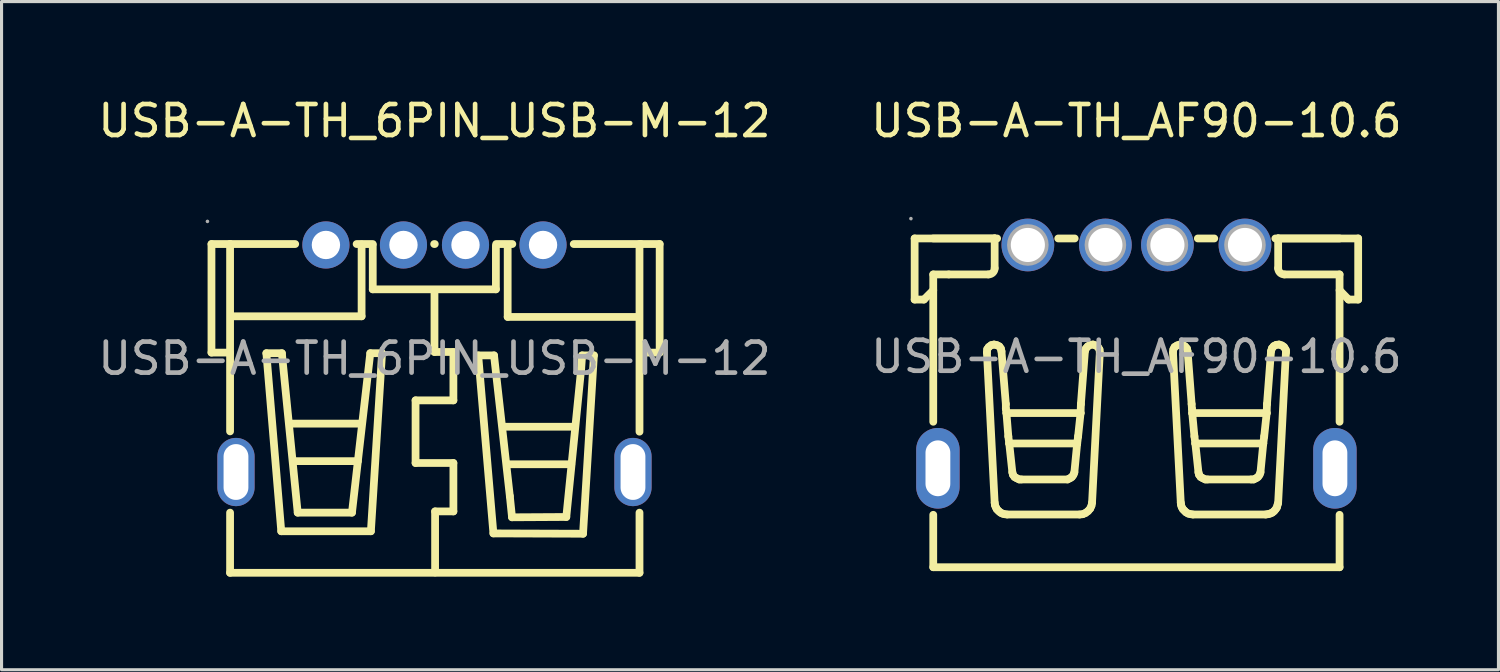
<source format=kicad_pcb>
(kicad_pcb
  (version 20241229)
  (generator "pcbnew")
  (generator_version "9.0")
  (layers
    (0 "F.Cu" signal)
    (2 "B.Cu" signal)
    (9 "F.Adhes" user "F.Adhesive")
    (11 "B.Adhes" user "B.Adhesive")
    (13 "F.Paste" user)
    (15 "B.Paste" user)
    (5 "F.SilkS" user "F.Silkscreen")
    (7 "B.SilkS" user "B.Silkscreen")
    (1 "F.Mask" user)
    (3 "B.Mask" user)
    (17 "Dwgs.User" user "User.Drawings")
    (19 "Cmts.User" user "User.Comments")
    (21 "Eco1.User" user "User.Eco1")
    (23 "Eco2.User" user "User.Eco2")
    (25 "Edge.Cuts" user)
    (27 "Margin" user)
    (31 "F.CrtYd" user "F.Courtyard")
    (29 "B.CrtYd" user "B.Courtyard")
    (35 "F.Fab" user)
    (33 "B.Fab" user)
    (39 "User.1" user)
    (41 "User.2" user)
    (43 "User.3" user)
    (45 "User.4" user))
  (footprint "USB-A-TH_AF90-10.6"
    (layer "F.Cu")
    (at 33.589 8.448)
    (property "Reference" "USB-A-TH_AF90-10.6" (at 0 -7.6 0) (layer "F.SilkS") (effects (font (size 1 1) (thickness 0.15))))
    (attr through_hole)
    (fp_line (start -7.15 -3.81) (end -4.57 -3.81) (stroke (width 0.25) (type solid)) (layer "F.SilkS"))
    (fp_line (start -7.15 -1.84) (end -7.15 -3.81) (stroke (width 0.25) (type solid)) (layer "F.SilkS"))
    (fp_line (start -6.85 -1.84) (end -7.15 -1.84) (stroke (width 0.25) (type solid)) (layer "F.SilkS"))
    (fp_line (start -6.55 -2.65) (end -6.55 2.1) (stroke (width 0.25) (type solid)) (layer "F.SilkS"))
    (fp_line (start -6.55 -2.65) (end -6.05 -2.65) (stroke (width 0.25) (type solid)) (layer "F.SilkS"))
    (fp_line (start -6.55 -2.14) (end -6.85 -1.84) (stroke (width 0.25) (type solid)) (layer "F.SilkS"))
    (fp_line (start -6.55 5.1) (end -6.55 6.79) (stroke (width 0.25) (type solid)) (layer "F.SilkS"))
    (fp_line (start -4.82 -0.13) (end -4.57 4.71) (stroke (width 0.25) (type solid)) (layer "F.SilkS"))
    (fp_line (start -4.81 -0.24) (end -4.82 -0.14) (stroke (width 0.25) (type solid)) (layer "F.SilkS"))
    (fp_line (start -4.77 -2.65) (end -6.05 -2.65) (stroke (width 0.25) (type solid)) (layer "F.SilkS"))
    (fp_line (start -4.76 -0.31) (end -4.81 -0.24) (stroke (width 0.25) (type solid)) (layer "F.SilkS"))
    (fp_line (start -4.68 -0.37) (end -4.76 -0.31) (stroke (width 0.25) (type solid)) (layer "F.SilkS"))
    (fp_line (start -4.59 -0.39) (end -4.68 -0.37) (stroke (width 0.25) (type solid)) (layer "F.SilkS"))
    (fp_line (start -4.57 -3.81) (end -6.55 -3.81) (stroke (width 0.25) (type solid)) (layer "F.SilkS"))
    (fp_line (start -4.57 -3.81) (end -4.57 -2.85) (stroke (width 0.25) (type solid)) (layer "F.SilkS"))
    (fp_line (start -4.57 4.71) (end -4.56 4.79) (stroke (width 0.25) (type solid)) (layer "F.SilkS"))
    (fp_line (start -4.56 4.79) (end -4.53 4.86) (stroke (width 0.25) (type solid)) (layer "F.SilkS"))
    (fp_line (start -4.53 4.86) (end -4.5 4.92) (stroke (width 0.25) (type solid)) (layer "F.SilkS"))
    (fp_line (start -4.5 -0.37) (end -4.59 -0.39) (stroke (width 0.25) (type solid)) (layer "F.SilkS"))
    (fp_line (start -4.5 4.92) (end -4.44 4.98) (stroke (width 0.25) (type solid)) (layer "F.SilkS"))
    (fp_line (start -4.49 -3.81) (end -4.57 -3.81) (stroke (width 0.25) (type solid)) (layer "F.SilkS"))
    (fp_line (start -4.44 4.98) (end -4.38 5.03) (stroke (width 0.25) (type solid)) (layer "F.SilkS"))
    (fp_line (start -4.42 -0.33) (end -4.5 -0.37) (stroke (width 0.25) (type solid)) (layer "F.SilkS"))
    (fp_line (start -4.38 5.03) (end -4.32 5.06) (stroke (width 0.25) (type solid)) (layer "F.SilkS"))
    (fp_line (start -4.37 -0.26) (end -4.42 -0.33) (stroke (width 0.25) (type solid)) (layer "F.SilkS"))
    (fp_line (start -4.35 -0.17) (end -4.37 -0.26) (stroke (width 0.25) (type solid)) (layer "F.SilkS"))
    (fp_line (start -4.32 5.06) (end -4.25 5.08) (stroke (width 0.25) (type solid)) (layer "F.SilkS"))
    (fp_line (start -4.25 5.08) (end -4.17 5.09) (stroke (width 0.25) (type solid)) (layer "F.SilkS"))
    (fp_line (start -4.21 1.53) (end -4.35 -0.17) (stroke (width 0.25) (type solid)) (layer "F.SilkS"))
    (fp_line (start -4.21 1.68) (end -4.21 1.53) (stroke (width 0.25) (type solid)) (layer "F.SilkS"))
    (fp_line (start -4.19 1.82) (end -4.21 1.68) (stroke (width 0.25) (type solid)) (layer "F.SilkS"))
    (fp_line (start -4.17 5.09) (end -1.83 5.09) (stroke (width 0.25) (type solid)) (layer "F.SilkS"))
    (fp_line (start -4.13 2.57) (end -4.19 1.82) (stroke (width 0.25) (type solid)) (layer "F.SilkS"))
    (fp_line (start -4.1 2.8) (end -4.13 2.57) (stroke (width 0.25) (type solid)) (layer "F.SilkS"))
    (fp_line (start -4.1 2.8) (end -4 3.73) (stroke (width 0.25) (type solid)) (layer "F.SilkS"))
    (fp_line (start -4 3.73) (end -3.98 3.81) (stroke (width 0.25) (type solid)) (layer "F.SilkS"))
    (fp_line (start -3.98 3.81) (end -3.93 3.88) (stroke (width 0.25) (type solid)) (layer "F.SilkS"))
    (fp_line (start -3.93 3.88) (end -3.86 3.92) (stroke (width 0.25) (type solid)) (layer "F.SilkS"))
    (fp_line (start -3.86 3.92) (end -3.78 3.96) (stroke (width 0.25) (type solid)) (layer "F.SilkS"))
    (fp_line (start -3.78 3.96) (end -3.71 3.96) (stroke (width 0.25) (type solid)) (layer "F.SilkS"))
    (fp_line (start -3.71 3.96) (end -2.22 3.96) (stroke (width 0.25) (type solid)) (layer "F.SilkS"))
    (fp_line (start -2.22 3.96) (end -2.14 3.92) (stroke (width 0.25) (type solid)) (layer "F.SilkS"))
    (fp_line (start -2.14 3.92) (end -2.08 3.88) (stroke (width 0.25) (type solid)) (layer "F.SilkS"))
    (fp_line (start -2.08 3.88) (end -2.03 3.81) (stroke (width 0.25) (type solid)) (layer "F.SilkS"))
    (fp_line (start -2.03 3.81) (end -2 3.73) (stroke (width 0.25) (type solid)) (layer "F.SilkS"))
    (fp_line (start -2 3.73) (end -1.91 2.8) (stroke (width 0.25) (type solid)) (layer "F.SilkS"))
    (fp_line (start -1.99 -3.81) (end -2.52 -3.81) (stroke (width 0.25) (type solid)) (layer "F.SilkS"))
    (fp_line (start -1.91 2.8) (end -4.1 2.8) (stroke (width 0.25) (type solid)) (layer "F.SilkS"))
    (fp_line (start -1.88 2.57) (end -1.91 2.8) (stroke (width 0.25) (type solid)) (layer "F.SilkS"))
    (fp_line (start -1.83 5.09) (end -1.73 5.08) (stroke (width 0.25) (type solid)) (layer "F.SilkS"))
    (fp_line (start -1.8 1.82) (end -4.19 1.82) (stroke (width 0.25) (type solid)) (layer "F.SilkS"))
    (fp_line (start -1.8 1.82) (end -1.88 2.57) (stroke (width 0.25) (type solid)) (layer "F.SilkS"))
    (fp_line (start -1.79 1.53) (end -1.8 1.82) (stroke (width 0.25) (type solid)) (layer "F.SilkS"))
    (fp_line (start -1.73 5.08) (end -1.64 5.04) (stroke (width 0.25) (type solid)) (layer "F.SilkS"))
    (fp_line (start -1.66 -0.17) (end -1.79 1.53) (stroke (width 0.25) (type solid)) (layer "F.SilkS"))
    (fp_line (start -1.64 5.04) (end -1.56 4.98) (stroke (width 0.25) (type solid)) (layer "F.SilkS"))
    (fp_line (start -1.63 -0.26) (end -1.66 -0.18) (stroke (width 0.25) (type solid)) (layer "F.SilkS"))
    (fp_line (start -1.57 -0.33) (end -1.63 -0.26) (stroke (width 0.25) (type solid)) (layer "F.SilkS"))
    (fp_line (start -1.56 4.98) (end -1.49 4.9) (stroke (width 0.25) (type solid)) (layer "F.SilkS"))
    (fp_line (start -1.49 -0.38) (end -1.57 -0.33) (stroke (width 0.25) (type solid)) (layer "F.SilkS"))
    (fp_line (start -1.49 4.9) (end -1.45 4.81) (stroke (width 0.25) (type solid)) (layer "F.SilkS"))
    (fp_line (start -1.45 4.81) (end -1.43 4.71) (stroke (width 0.25) (type solid)) (layer "F.SilkS"))
    (fp_line (start -1.43 4.71) (end -1.18 -0.13) (stroke (width 0.25) (type solid)) (layer "F.SilkS"))
    (fp_line (start -1.4 -0.39) (end -1.49 -0.38) (stroke (width 0.25) (type solid)) (layer "F.SilkS"))
    (fp_line (start -1.31 -0.36) (end -1.4 -0.39) (stroke (width 0.25) (type solid)) (layer "F.SilkS"))
    (fp_line (start -1.24 -0.31) (end -1.31 -0.36) (stroke (width 0.25) (type solid)) (layer "F.SilkS"))
    (fp_line (start -1.19 -0.23) (end -1.24 -0.31) (stroke (width 0.25) (type solid)) (layer "F.SilkS"))
    (fp_line (start -1.18 -0.13) (end -1.19 -0.23) (stroke (width 0.25) (type solid)) (layer "F.SilkS"))
    (fp_line (start 1.18 -0.13) (end 1.43 4.71) (stroke (width 0.25) (type solid)) (layer "F.SilkS"))
    (fp_line (start 1.19 -0.23) (end 1.18 -0.14) (stroke (width 0.25) (type solid)) (layer "F.SilkS"))
    (fp_line (start 1.23 -0.31) (end 1.19 -0.23) (stroke (width 0.25) (type solid)) (layer "F.SilkS"))
    (fp_line (start 1.31 -0.36) (end 1.23 -0.31) (stroke (width 0.25) (type solid)) (layer "F.SilkS"))
    (fp_line (start 1.4 -0.39) (end 1.31 -0.36) (stroke (width 0.25) (type solid)) (layer "F.SilkS"))
    (fp_line (start 1.43 4.71) (end 1.44 4.78) (stroke (width 0.25) (type solid)) (layer "F.SilkS"))
    (fp_line (start 1.44 4.78) (end 1.46 4.85) (stroke (width 0.25) (type solid)) (layer "F.SilkS"))
    (fp_line (start 1.46 4.85) (end 1.5 4.92) (stroke (width 0.25) (type solid)) (layer "F.SilkS"))
    (fp_line (start 1.49 -0.38) (end 1.4 -0.39) (stroke (width 0.25) (type solid)) (layer "F.SilkS"))
    (fp_line (start 1.5 4.92) (end 1.55 4.97) (stroke (width 0.25) (type solid)) (layer "F.SilkS"))
    (fp_line (start 1.55 4.97) (end 1.6 5.02) (stroke (width 0.25) (type solid)) (layer "F.SilkS"))
    (fp_line (start 1.57 -0.33) (end 1.49 -0.38) (stroke (width 0.25) (type solid)) (layer "F.SilkS"))
    (fp_line (start 1.6 5.02) (end 1.67 5.06) (stroke (width 0.25) (type solid)) (layer "F.SilkS"))
    (fp_line (start 1.63 -0.26) (end 1.57 -0.33) (stroke (width 0.25) (type solid)) (layer "F.SilkS"))
    (fp_line (start 1.65 -0.17) (end 1.63 -0.26) (stroke (width 0.25) (type solid)) (layer "F.SilkS"))
    (fp_line (start 1.67 5.06) (end 1.75 5.08) (stroke (width 0.25) (type solid)) (layer "F.SilkS"))
    (fp_line (start 1.75 5.08) (end 1.82 5.09) (stroke (width 0.25) (type solid)) (layer "F.SilkS"))
    (fp_line (start 1.78 1.53) (end 1.65 -0.17) (stroke (width 0.25) (type solid)) (layer "F.SilkS"))
    (fp_line (start 1.79 1.68) (end 1.78 1.53) (stroke (width 0.25) (type solid)) (layer "F.SilkS"))
    (fp_line (start 1.8 1.82) (end 1.79 1.68) (stroke (width 0.25) (type solid)) (layer "F.SilkS"))
    (fp_line (start 1.8 1.82) (end 1.87 2.57) (stroke (width 0.25) (type solid)) (layer "F.SilkS"))
    (fp_line (start 1.8 1.82) (end 4.2 1.82) (stroke (width 0.25) (type solid)) (layer "F.SilkS"))
    (fp_line (start 1.82 5.09) (end 4.17 5.09) (stroke (width 0.25) (type solid)) (layer "F.SilkS"))
    (fp_line (start 1.9 2.8) (end 1.87 2.57) (stroke (width 0.25) (type solid)) (layer "F.SilkS"))
    (fp_line (start 1.9 2.8) (end 2 3.73) (stroke (width 0.25) (type solid)) (layer "F.SilkS"))
    (fp_line (start 2 3.73) (end 2.02 3.81) (stroke (width 0.25) (type solid)) (layer "F.SilkS"))
    (fp_line (start 2.02 3.81) (end 2.07 3.88) (stroke (width 0.25) (type solid)) (layer "F.SilkS"))
    (fp_line (start 2.07 3.88) (end 2.14 3.92) (stroke (width 0.25) (type solid)) (layer "F.SilkS"))
    (fp_line (start 2.14 3.92) (end 2.22 3.96) (stroke (width 0.25) (type solid)) (layer "F.SilkS"))
    (fp_line (start 2.22 3.96) (end 2.29 3.96) (stroke (width 0.25) (type solid)) (layer "F.SilkS"))
    (fp_line (start 2.29 3.96) (end 3.7 3.96) (stroke (width 0.25) (type solid)) (layer "F.SilkS"))
    (fp_line (start 2.51 -3.81) (end 1.98 -3.81) (stroke (width 0.25) (type solid)) (layer "F.SilkS"))
    (fp_line (start 3.7 3.96) (end 3.78 3.96) (stroke (width 0.25) (type solid)) (layer "F.SilkS"))
    (fp_line (start 3.78 3.96) (end 3.86 3.92) (stroke (width 0.25) (type solid)) (layer "F.SilkS"))
    (fp_line (start 3.86 3.92) (end 3.92 3.88) (stroke (width 0.25) (type solid)) (layer "F.SilkS"))
    (fp_line (start 3.92 3.88) (end 3.97 3.81) (stroke (width 0.25) (type solid)) (layer "F.SilkS"))
    (fp_line (start 3.97 3.81) (end 4 3.73) (stroke (width 0.25) (type solid)) (layer "F.SilkS"))
    (fp_line (start 4.09 2.8) (end 1.9 2.8) (stroke (width 0.25) (type solid)) (layer "F.SilkS"))
    (fp_line (start 4.09 2.8) (end 4 3.73) (stroke (width 0.25) (type solid)) (layer "F.SilkS"))
    (fp_line (start 4.12 2.57) (end 4.09 2.8) (stroke (width 0.25) (type solid)) (layer "F.SilkS"))
    (fp_line (start 4.17 5.09) (end 4.24 5.08) (stroke (width 0.25) (type solid)) (layer "F.SilkS"))
    (fp_line (start 4.2 1.82) (end 4.12 2.57) (stroke (width 0.25) (type solid)) (layer "F.SilkS"))
    (fp_line (start 4.21 1.53) (end 4.2 1.82) (stroke (width 0.25) (type solid)) (layer "F.SilkS"))
    (fp_line (start 4.24 5.08) (end 4.31 5.06) (stroke (width 0.25) (type solid)) (layer "F.SilkS"))
    (fp_line (start 4.31 5.06) (end 4.38 5.03) (stroke (width 0.25) (type solid)) (layer "F.SilkS"))
    (fp_line (start 4.34 -0.17) (end 4.21 1.53) (stroke (width 0.25) (type solid)) (layer "F.SilkS"))
    (fp_line (start 4.37 -0.27) (end 4.34 -0.18) (stroke (width 0.25) (type solid)) (layer "F.SilkS"))
    (fp_line (start 4.38 5.03) (end 4.44 4.98) (stroke (width 0.25) (type solid)) (layer "F.SilkS"))
    (fp_line (start 4.43 -0.34) (end 4.37 -0.27) (stroke (width 0.25) (type solid)) (layer "F.SilkS"))
    (fp_line (start 4.44 4.98) (end 4.49 4.92) (stroke (width 0.25) (type solid)) (layer "F.SilkS"))
    (fp_line (start 4.49 4.92) (end 4.53 4.86) (stroke (width 0.25) (type solid)) (layer "F.SilkS"))
    (fp_line (start 4.51 -0.38) (end 4.43 -0.34) (stroke (width 0.25) (type solid)) (layer "F.SilkS"))
    (fp_line (start 4.53 4.86) (end 4.55 4.78) (stroke (width 0.25) (type solid)) (layer "F.SilkS"))
    (fp_line (start 4.55 4.78) (end 4.57 4.72) (stroke (width 0.25) (type solid)) (layer "F.SilkS"))
    (fp_line (start 4.57 -3.81) (end 4.48 -3.81) (stroke (width 0.25) (type solid)) (layer "F.SilkS"))
    (fp_line (start 4.57 -2.85) (end 4.57 -3.81) (stroke (width 0.25) (type solid)) (layer "F.SilkS"))
    (fp_line (start 4.57 4.71) (end 4.82 -0.13) (stroke (width 0.25) (type solid)) (layer "F.SilkS"))
    (fp_line (start 4.6 -0.39) (end 4.51 -0.38) (stroke (width 0.25) (type solid)) (layer "F.SilkS"))
    (fp_line (start 4.69 -0.36) (end 4.6 -0.39) (stroke (width 0.25) (type solid)) (layer "F.SilkS"))
    (fp_line (start 4.76 -0.31) (end 4.69 -0.36) (stroke (width 0.25) (type solid)) (layer "F.SilkS"))
    (fp_line (start 4.81 -0.23) (end 4.76 -0.31) (stroke (width 0.25) (type solid)) (layer "F.SilkS"))
    (fp_line (start 4.82 -0.19) (end 4.81 -0.23) (stroke (width 0.25) (type solid)) (layer "F.SilkS"))
    (fp_line (start 4.82 -0.13) (end 4.82 -0.19) (stroke (width 0.25) (type solid)) (layer "F.SilkS"))
    (fp_line (start 6.55 -3.81) (end 4.57 -3.81) (stroke (width 0.25) (type solid)) (layer "F.SilkS"))
    (fp_line (start 6.55 -2.65) (end 4.77 -2.65) (stroke (width 0.25) (type solid)) (layer "F.SilkS"))
    (fp_line (start 6.55 -2.65) (end 6.55 2.1) (stroke (width 0.25) (type solid)) (layer "F.SilkS"))
    (fp_line (start 6.55 5.1) (end 6.55 6.79) (stroke (width 0.25) (type solid)) (layer "F.SilkS"))
    (fp_line (start 6.55 6.79) (end -6.55 6.79) (stroke (width 0.25) (type solid)) (layer "F.SilkS"))
    (fp_line (start 6.84 -1.84) (end 6.55 -2.14) (stroke (width 0.25) (type solid)) (layer "F.SilkS"))
    (fp_line (start 7.15 -3.81) (end 4.57 -3.81) (stroke (width 0.25) (type solid)) (layer "F.SilkS"))
    (fp_line (start 7.15 -3.81) (end 7.15 -1.84) (stroke (width 0.25) (type solid)) (layer "F.SilkS"))
    (fp_line (start 7.15 -1.84) (end 6.84 -1.84) (stroke (width 0.25) (type solid)) (layer "F.SilkS"))
    (fp_arc (start -4.57 -2.85) (mid -4.628579 -2.708579) (end -4.77 -2.65) (stroke (width 0.25) (type solid)) (layer "F.SilkS"))
    (fp_arc (start 4.77 -2.65) (mid 4.628579 -2.708579) (end 4.57 -2.85) (stroke (width 0.25) (type solid)) (layer "F.SilkS"))
    (fp_circle (center -7.27 -4.45) (end -7.24 -4.45) (stroke (width 0.06) (type solid)) (fill no) (layer "F.Fab"))
    (fp_circle (center -3.5 -3.6) (end -3.28 -3.6) (stroke (width 0.45) (type solid)) (fill no) (layer "F.Fab"))
    (fp_circle (center -1 -3.6) (end -0.78 -3.6) (stroke (width 0.45) (type solid)) (fill no) (layer "F.Fab"))
    (fp_circle (center 1 -3.6) (end 1.22 -3.6) (stroke (width 0.45) (type solid)) (fill no) (layer "F.Fab"))
    (fp_circle (center 3.5 -3.6) (end 3.72 -3.6) (stroke (width 0.45) (type solid)) (fill no) (layer "F.Fab"))
    (fp_text user "${REFERENCE}" (at 0 0 0) (layer "F.Fab") (effects (font (size 1 1) (thickness 0.15))))
    (pad "1" thru_hole circle (at -3.5 -3.6) (size 1.7 1.7) (drill 1.1) (layers "*.Cu" "*.Paste" "*.Mask"))
    (pad "2" thru_hole circle (at -1 -3.6) (size 1.7 1.7) (drill 1.1) (layers "*.Cu" "*.Paste" "*.Mask"))
    (pad "3" thru_hole circle (at 1 -3.6) (size 1.7 1.7) (drill 1.1) (layers "*.Cu" "*.Paste" "*.Mask"))
    (pad "4" thru_hole circle (at 3.5 -3.6) (size 1.7 1.7) (drill 1.1) (layers "*.Cu" "*.Paste" "*.Mask"))
    (pad "SH1" thru_hole oval (at -6.4 3.6 270) (size 2.6 1.4) (drill oval 1.8 0.8) (layers "*.Cu" "*.Paste" "*.Mask"))
    (pad "SH2" thru_hole oval (at 6.4 3.6 90) (size 2.6 1.4) (drill oval 1.8 0.8) (layers "*.Cu" "*.Paste" "*.Mask")))
  (footprint "USB-A-TH_6PIN_USB-M-12"
    (layer "F.Cu")
    (at 10.958 8.508)
    (property "Reference" "USB-A-TH_6PIN_USB-M-12" (at 0 -7.66 0) (layer "F.SilkS") (effects (font (size 1 1) (thickness 0.15))))
    (attr through_hole)
    (fp_line (start -7.19 -0.19) (end -7.19 -3.69) (stroke (width 0.25) (type solid)) (layer "F.SilkS"))
    (fp_line (start -6.59 -3.69) (end -7.19 -3.69) (stroke (width 0.25) (type solid)) (layer "F.SilkS"))
    (fp_line (start -6.59 -3.69) (end -4.49 -3.69) (stroke (width 0.25) (type solid)) (layer "F.SilkS"))
    (fp_line (start -6.59 -0.19) (end -7.19 -0.19) (stroke (width 0.25) (type solid)) (layer "F.SilkS"))
    (fp_line (start -6.59 2.35) (end -6.59 -3.69) (stroke (width 0.25) (type solid)) (layer "F.SilkS"))
    (fp_line (start -6.59 6.91) (end -6.59 4.97) (stroke (width 0.25) (type solid)) (layer "F.SilkS"))
    (fp_line (start -6.59 6.91) (end 6.61 6.91) (stroke (width 0.25) (type solid)) (layer "F.SilkS"))
    (fp_line (start -5.42 -0.17) (end -4.92 -0.17) (stroke (width 0.25) (type solid)) (layer "F.SilkS"))
    (fp_line (start -4.94 5.57) (end -5.42 -0.17) (stroke (width 0.25) (type solid)) (layer "F.SilkS"))
    (fp_line (start -4.92 -0.17) (end -4.41 4.97) (stroke (width 0.25) (type solid)) (layer "F.SilkS"))
    (fp_line (start -4.64 2.1) (end -2.38 2.1) (stroke (width 0.25) (type solid)) (layer "F.SilkS"))
    (fp_line (start -4.5 3.31) (end -2.47 3.31) (stroke (width 0.25) (type solid)) (layer "F.SilkS"))
    (fp_line (start -4.41 4.97) (end -2.66 4.97) (stroke (width 0.25) (type solid)) (layer "F.SilkS"))
    (fp_line (start -2.66 4.97) (end -2.07 -0.17) (stroke (width 0.25) (type solid)) (layer "F.SilkS"))
    (fp_line (start -2.51 -3.69) (end -1.99 -3.69) (stroke (width 0.25) (type solid)) (layer "F.SilkS"))
    (fp_line (start -2.35 -3.68) (end -2.35 -1.36) (stroke (width 0.25) (type solid)) (layer "F.SilkS"))
    (fp_line (start -2.35 -1.36) (end -6.55 -1.36) (stroke (width 0.25) (type solid)) (layer "F.SilkS"))
    (fp_line (start -2.07 -0.17) (end -1.69 -0.17) (stroke (width 0.25) (type solid)) (layer "F.SilkS"))
    (fp_line (start -2.05 5.57) (end -4.94 5.57) (stroke (width 0.25) (type solid)) (layer "F.SilkS"))
    (fp_line (start -1.99 -2.23) (end -1.99 -3.66) (stroke (width 0.25) (type solid)) (layer "F.SilkS"))
    (fp_line (start -1.69 -0.17) (end -2.05 5.57) (stroke (width 0.25) (type solid)) (layer "F.SilkS"))
    (fp_line (start -0.61 1.35) (end -0.61 3.37) (stroke (width 0.25) (type solid)) (layer "F.SilkS"))
    (fp_line (start -0.61 3.37) (end 0.61 3.37) (stroke (width 0.25) (type solid)) (layer "F.SilkS"))
    (fp_line (start -0.01 -3.69) (end 0.01 -3.69) (stroke (width 0.25) (type solid)) (layer "F.SilkS"))
    (fp_line (start 0 -2.21) (end 0 -0.21) (stroke (width 0.25) (type solid)) (layer "F.SilkS"))
    (fp_line (start 0 -0.21) (end 0.61 -0.21) (stroke (width 0.25) (type solid)) (layer "F.SilkS"))
    (fp_line (start 0.02 4.93) (end 0.02 6.9) (stroke (width 0.25) (type solid)) (layer "F.SilkS"))
    (fp_line (start 0.61 -0.21) (end 0.61 1.35) (stroke (width 0.25) (type solid)) (layer "F.SilkS"))
    (fp_line (start 0.61 1.35) (end -0.61 1.35) (stroke (width 0.25) (type solid)) (layer "F.SilkS"))
    (fp_line (start 0.61 3.37) (end 0.61 4.93) (stroke (width 0.25) (type solid)) (layer "F.SilkS"))
    (fp_line (start 0.61 4.93) (end 0.02 4.93) (stroke (width 0.25) (type solid)) (layer "F.SilkS"))
    (fp_line (start 1.41 -0.1) (end 1.92 -0.1) (stroke (width 0.25) (type solid)) (layer "F.SilkS"))
    (fp_line (start 1.9 5.64) (end 1.41 -0.1) (stroke (width 0.25) (type solid)) (layer "F.SilkS"))
    (fp_line (start 1.92 -0.1) (end 2.43 4.44) (stroke (width 0.25) (type solid)) (layer "F.SilkS"))
    (fp_line (start 1.98 -3.63) (end 1.98 -2.23) (stroke (width 0.25) (type solid)) (layer "F.SilkS"))
    (fp_line (start 1.98 -2.23) (end -1.99 -2.23) (stroke (width 0.25) (type solid)) (layer "F.SilkS"))
    (fp_line (start 1.99 -3.69) (end 2.51 -3.69) (stroke (width 0.25) (type solid)) (layer "F.SilkS"))
    (fp_line (start 2.24 2.2) (end 4.5 2.2) (stroke (width 0.25) (type solid)) (layer "F.SilkS"))
    (fp_line (start 2.36 -3.66) (end 2.36 -1.34) (stroke (width 0.25) (type solid)) (layer "F.SilkS"))
    (fp_line (start 2.36 -1.34) (end 6.56 -1.34) (stroke (width 0.25) (type solid)) (layer "F.SilkS"))
    (fp_line (start 2.38 3.41) (end 4.41 3.41) (stroke (width 0.25) (type solid)) (layer "F.SilkS"))
    (fp_line (start 2.43 4.44) (end 2.5 5.12) (stroke (width 0.25) (type solid)) (layer "F.SilkS"))
    (fp_line (start 2.5 5.12) (end 4.25 5.11) (stroke (width 0.25) (type solid)) (layer "F.SilkS"))
    (fp_line (start 4.25 5.11) (end 4.73 0.33) (stroke (width 0.25) (type solid)) (layer "F.SilkS"))
    (fp_line (start 4.49 -3.69) (end 6.66 -3.69) (stroke (width 0.25) (type solid)) (layer "F.SilkS"))
    (fp_line (start 4.73 0.33) (end 4.76 -0.1) (stroke (width 0.25) (type solid)) (layer "F.SilkS"))
    (fp_line (start 4.76 -0.1) (end 5.14 -0.1) (stroke (width 0.25) (type solid)) (layer "F.SilkS"))
    (fp_line (start 4.79 5.65) (end 1.9 5.64) (stroke (width 0.25) (type solid)) (layer "F.SilkS"))
    (fp_line (start 5.14 -0.1) (end 4.79 5.65) (stroke (width 0.25) (type solid)) (layer "F.SilkS"))
    (fp_line (start 6.61 2.36) (end 6.61 -3.69) (stroke (width 0.25) (type solid)) (layer "F.SilkS"))
    (fp_line (start 6.61 6.91) (end 6.61 4.97) (stroke (width 0.25) (type solid)) (layer "F.SilkS"))
    (fp_line (start 6.66 -3.69) (end 7.26 -3.69) (stroke (width 0.25) (type solid)) (layer "F.SilkS"))
    (fp_line (start 6.66 -0.19) (end 7.26 -0.19) (stroke (width 0.25) (type solid)) (layer "F.SilkS"))
    (fp_line (start 7.26 -3.69) (end 7.26 -0.19) (stroke (width 0.25) (type solid)) (layer "F.SilkS"))
    (fp_circle (center -7.32 -4.42) (end -7.29 -4.42) (stroke (width 0.06) (type solid)) (fill no) (layer "F.Fab"))
    (fp_circle (center -3.5 -3.66) (end -3.32 -3.66) (stroke (width 0.36) (type solid)) (fill no) (layer "F.Fab"))
    (fp_circle (center -1 -3.66) (end -0.82 -3.66) (stroke (width 0.36) (type solid)) (fill no) (layer "F.Fab"))
    (fp_circle (center 1 -3.66) (end 1.18 -3.66) (stroke (width 0.36) (type solid)) (fill no) (layer "F.Fab"))
    (fp_circle (center 3.5 -3.66) (end 3.68 -3.66) (stroke (width 0.36) (type solid)) (fill no) (layer "F.Fab"))
    (fp_text user "${REFERENCE}" (at 0 0 0) (layer "F.Fab") (effects (font (size 1 1) (thickness 0.15))))
    (pad "1" thru_hole circle (at -3.5 -3.66) (size 1.52 1.52) (drill 0.914) (layers "*.Cu" "*.Paste" "*.Mask"))
    (pad "2" thru_hole circle (at -1 -3.66) (size 1.52 1.52) (drill 0.914) (layers "*.Cu" "*.Paste" "*.Mask"))
    (pad "3" thru_hole circle (at 1 -3.66) (size 1.52 1.52) (drill 0.914) (layers "*.Cu" "*.Paste" "*.Mask"))
    (pad "4" thru_hole circle (at 3.5 -3.66) (size 1.52 1.52) (drill 0.914) (layers "*.Cu" "*.Paste" "*.Mask"))
    (pad "5" thru_hole oval (at 6.4 3.66 90) (size 2.2 1.2) (drill oval 1.8 0.8) (layers "*.Cu" "*.Paste" "*.Mask"))
    (pad "6" thru_hole oval (at -6.4 3.66 270) (size 2.2 1.2) (drill oval 1.8 0.8) (layers "*.Cu" "*.Paste" "*.Mask")))
  (gr_rect
    (start -3 -3)
    (end 45.262 18.543)
    (stroke (width 0.1) (type default))
    (fill no)
    (layer "Edge.Cuts")))
</source>
